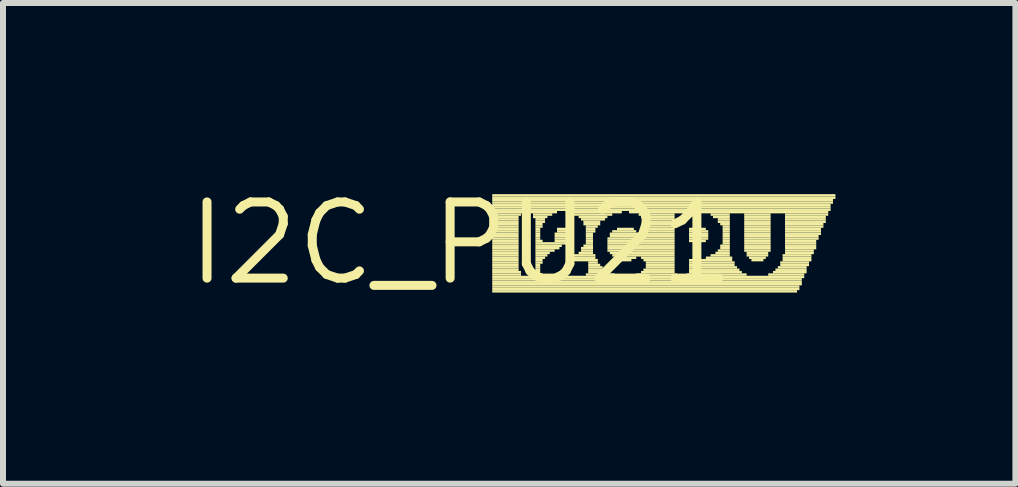
<source format=kicad_pcb>
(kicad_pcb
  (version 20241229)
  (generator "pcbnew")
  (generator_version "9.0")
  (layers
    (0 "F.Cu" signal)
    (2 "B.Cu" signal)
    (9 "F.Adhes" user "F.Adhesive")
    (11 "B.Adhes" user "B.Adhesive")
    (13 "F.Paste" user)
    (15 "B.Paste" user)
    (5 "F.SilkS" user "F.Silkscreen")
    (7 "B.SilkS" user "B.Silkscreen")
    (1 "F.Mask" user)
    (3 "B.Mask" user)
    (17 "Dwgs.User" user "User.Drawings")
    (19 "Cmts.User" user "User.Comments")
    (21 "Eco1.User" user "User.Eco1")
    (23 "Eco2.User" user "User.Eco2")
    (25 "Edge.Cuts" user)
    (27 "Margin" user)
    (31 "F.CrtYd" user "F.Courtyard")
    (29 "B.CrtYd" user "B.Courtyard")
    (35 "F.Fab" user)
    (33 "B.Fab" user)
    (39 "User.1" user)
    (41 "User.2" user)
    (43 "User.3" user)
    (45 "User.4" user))
  (footprint "I2C_PU21"
    (layer "F.Cu")
    (at 4.634 1.006)
    (property "Reference" "I2C_PU21" (at 0 0 0) (layer "F.SilkS") (effects (font (size 1.27 1.27) (thickness 0.15))))
    (fp_poly (pts (xy 0.52 -0.78) (xy 6.24 -0.78) (xy 6.24 -0.82) (xy 0.52 -0.82)) (stroke (width 0) (type default)) (fill yes) (layer "F.SilkS"))
    (fp_poly (pts (xy 0.52 -0.74) (xy 6.24 -0.74) (xy 6.24 -0.78) (xy 0.52 -0.78)) (stroke (width 0) (type default)) (fill yes) (layer "F.SilkS"))
    (fp_poly (pts (xy 0.52 -0.7) (xy 6.2 -0.7) (xy 6.2 -0.74) (xy 0.52 -0.74)) (stroke (width 0) (type default)) (fill yes) (layer "F.SilkS"))
    (fp_poly (pts (xy 0.52 -0.66) (xy 6.2 -0.66) (xy 6.2 -0.7) (xy 0.52 -0.7)) (stroke (width 0) (type default)) (fill yes) (layer "F.SilkS"))
    (fp_poly (pts (xy 0.52 -0.62) (xy 6.16 -0.62) (xy 6.16 -0.66) (xy 0.52 -0.66)) (stroke (width 0) (type default)) (fill yes) (layer "F.SilkS"))
    (fp_poly (pts (xy 0.52 -0.58) (xy 6.16 -0.58) (xy 6.16 -0.62) (xy 0.52 -0.62)) (stroke (width 0) (type default)) (fill yes) (layer "F.SilkS"))
    (fp_poly (pts (xy 0.52 -0.54) (xy 6.16 -0.54) (xy 6.16 -0.58) (xy 0.52 -0.58)) (stroke (width 0) (type default)) (fill yes) (layer "F.SilkS"))
    (fp_poly (pts (xy 0.52 -0.5) (xy 1.6 -0.5) (xy 1.6 -0.54) (xy 0.52 -0.54)) (stroke (width 0) (type default)) (fill yes) (layer "F.SilkS"))
    (fp_poly (pts (xy 0.52 -0.46) (xy 1 -0.46) (xy 1 -0.5) (xy 0.52 -0.5)) (stroke (width 0) (type default)) (fill yes) (layer "F.SilkS"))
    (fp_poly (pts (xy 0.52 -0.42) (xy 0.96 -0.42) (xy 0.96 -0.46) (xy 0.52 -0.46)) (stroke (width 0) (type default)) (fill yes) (layer "F.SilkS"))
    (fp_poly (pts (xy 0.52 -0.38) (xy 0.96 -0.38) (xy 0.96 -0.42) (xy 0.52 -0.42)) (stroke (width 0) (type default)) (fill yes) (layer "F.SilkS"))
    (fp_poly (pts (xy 0.52 -0.34) (xy 0.96 -0.34) (xy 0.96 -0.38) (xy 0.52 -0.38)) (stroke (width 0) (type default)) (fill yes) (layer "F.SilkS"))
    (fp_poly (pts (xy 0.52 -0.3) (xy 0.96 -0.3) (xy 0.96 -0.34) (xy 0.52 -0.34)) (stroke (width 0) (type default)) (fill yes) (layer "F.SilkS"))
    (fp_poly (pts (xy 0.52 -0.26) (xy 0.96 -0.26) (xy 0.96 -0.3) (xy 0.52 -0.3)) (stroke (width 0) (type default)) (fill yes) (layer "F.SilkS"))
    (fp_poly (pts (xy 0.52 -0.22) (xy 0.96 -0.22) (xy 0.96 -0.26) (xy 0.52 -0.26)) (stroke (width 0) (type default)) (fill yes) (layer "F.SilkS"))
    (fp_poly (pts (xy 0.52 -0.18) (xy 0.96 -0.18) (xy 0.96 -0.22) (xy 0.52 -0.22)) (stroke (width 0) (type default)) (fill yes) (layer "F.SilkS"))
    (fp_poly (pts (xy 0.52 -0.14) (xy 0.96 -0.14) (xy 0.96 -0.18) (xy 0.52 -0.18)) (stroke (width 0) (type default)) (fill yes) (layer "F.SilkS"))
    (fp_poly (pts (xy 0.52 -0.1) (xy 0.96 -0.1) (xy 0.96 -0.14) (xy 0.52 -0.14)) (stroke (width 0) (type default)) (fill yes) (layer "F.SilkS"))
    (fp_poly (pts (xy 0.52 -0.06) (xy 0.96 -0.06) (xy 0.96 -0.1) (xy 0.52 -0.1)) (stroke (width 0) (type default)) (fill yes) (layer "F.SilkS"))
    (fp_poly (pts (xy 0.52 -0.02) (xy 0.96 -0.02) (xy 0.96 -0.06) (xy 0.52 -0.06)) (stroke (width 0) (type default)) (fill yes) (layer "F.SilkS"))
    (fp_poly (pts (xy 0.52 0.02) (xy 0.96 0.02) (xy 0.96 -0.02) (xy 0.52 -0.02)) (stroke (width 0) (type default)) (fill yes) (layer "F.SilkS"))
    (fp_poly (pts (xy 0.52 0.06) (xy 0.96 0.06) (xy 0.96 0.02) (xy 0.52 0.02)) (stroke (width 0) (type default)) (fill yes) (layer "F.SilkS"))
    (fp_poly (pts (xy 0.52 0.1) (xy 0.96 0.1) (xy 0.96 0.06) (xy 0.52 0.06)) (stroke (width 0) (type default)) (fill yes) (layer "F.SilkS"))
    (fp_poly (pts (xy 0.52 0.14) (xy 0.96 0.14) (xy 0.96 0.1) (xy 0.52 0.1)) (stroke (width 0) (type default)) (fill yes) (layer "F.SilkS"))
    (fp_poly (pts (xy 0.52 0.18) (xy 0.96 0.18) (xy 0.96 0.14) (xy 0.52 0.14)) (stroke (width 0) (type default)) (fill yes) (layer "F.SilkS"))
    (fp_poly (pts (xy 0.52 0.22) (xy 0.96 0.22) (xy 0.96 0.18) (xy 0.52 0.18)) (stroke (width 0) (type default)) (fill yes) (layer "F.SilkS"))
    (fp_poly (pts (xy 0.52 0.26) (xy 0.96 0.26) (xy 0.96 0.22) (xy 0.52 0.22)) (stroke (width 0) (type default)) (fill yes) (layer "F.SilkS"))
    (fp_poly (pts (xy 0.52 0.3) (xy 0.96 0.3) (xy 0.96 0.26) (xy 0.52 0.26)) (stroke (width 0) (type default)) (fill yes) (layer "F.SilkS"))
    (fp_poly (pts (xy 0.52 0.34) (xy 0.96 0.34) (xy 0.96 0.3) (xy 0.52 0.3)) (stroke (width 0) (type default)) (fill yes) (layer "F.SilkS"))
    (fp_poly (pts (xy 0.52 0.38) (xy 0.96 0.38) (xy 0.96 0.34) (xy 0.52 0.34)) (stroke (width 0) (type default)) (fill yes) (layer "F.SilkS"))
    (fp_poly (pts (xy 0.52 0.42) (xy 0.96 0.42) (xy 0.96 0.38) (xy 0.52 0.38)) (stroke (width 0) (type default)) (fill yes) (layer "F.SilkS"))
    (fp_poly (pts (xy 0.52 0.46) (xy 0.96 0.46) (xy 0.96 0.42) (xy 0.52 0.42)) (stroke (width 0) (type default)) (fill yes) (layer "F.SilkS"))
    (fp_poly (pts (xy 0.52 0.5) (xy 1 0.5) (xy 1 0.46) (xy 0.52 0.46)) (stroke (width 0) (type default)) (fill yes) (layer "F.SilkS"))
    (fp_poly (pts (xy 0.52 0.54) (xy 1 0.54) (xy 1 0.5) (xy 0.52 0.5)) (stroke (width 0) (type default)) (fill yes) (layer "F.SilkS"))
    (fp_poly (pts (xy 0.52 0.58) (xy 5.72 0.58) (xy 5.72 0.54) (xy 0.52 0.54)) (stroke (width 0) (type default)) (fill yes) (layer "F.SilkS"))
    (fp_poly (pts (xy 0.52 0.62) (xy 5.68 0.62) (xy 5.68 0.58) (xy 0.52 0.58)) (stroke (width 0) (type default)) (fill yes) (layer "F.SilkS"))
    (fp_poly (pts (xy 0.52 0.66) (xy 5.68 0.66) (xy 5.68 0.62) (xy 0.52 0.62)) (stroke (width 0) (type default)) (fill yes) (layer "F.SilkS"))
    (fp_poly (pts (xy 0.52 0.7) (xy 5.68 0.7) (xy 5.68 0.66) (xy 0.52 0.66)) (stroke (width 0) (type default)) (fill yes) (layer "F.SilkS"))
    (fp_poly (pts (xy 0.52 0.74) (xy 5.64 0.74) (xy 5.64 0.7) (xy 0.52 0.7)) (stroke (width 0) (type default)) (fill yes) (layer "F.SilkS"))
    (fp_poly (pts (xy 0.52 0.78) (xy 5.64 0.78) (xy 5.64 0.74) (xy 0.52 0.74)) (stroke (width 0) (type default)) (fill yes) (layer "F.SilkS"))
    (fp_poly (pts (xy 0.52 0.82) (xy 5.6 0.82) (xy 5.6 0.78) (xy 0.52 0.78)) (stroke (width 0) (type default)) (fill yes) (layer "F.SilkS"))
    (fp_poly (pts (xy 1.2 -0.46) (xy 1.52 -0.46) (xy 1.52 -0.5) (xy 1.2 -0.5)) (stroke (width 0) (type default)) (fill yes) (layer "F.SilkS"))
    (fp_poly (pts (xy 1.2 -0.42) (xy 1.44 -0.42) (xy 1.44 -0.46) (xy 1.2 -0.46)) (stroke (width 0) (type default)) (fill yes) (layer "F.SilkS"))
    (fp_poly (pts (xy 1.2 0.5) (xy 1.32 0.5) (xy 1.32 0.46) (xy 1.2 0.46)) (stroke (width 0) (type default)) (fill yes) (layer "F.SilkS"))
    (fp_poly (pts (xy 1.2 0.54) (xy 1.36 0.54) (xy 1.36 0.5) (xy 1.2 0.5)) (stroke (width 0) (type default)) (fill yes) (layer "F.SilkS"))
    (fp_poly (pts (xy 1.24 -0.38) (xy 1.4 -0.38) (xy 1.4 -0.42) (xy 1.24 -0.42)) (stroke (width 0) (type default)) (fill yes) (layer "F.SilkS"))
    (fp_poly (pts (xy 1.24 -0.34) (xy 1.4 -0.34) (xy 1.4 -0.38) (xy 1.24 -0.38)) (stroke (width 0) (type default)) (fill yes) (layer "F.SilkS"))
    (fp_poly (pts (xy 1.24 -0.3) (xy 1.36 -0.3) (xy 1.36 -0.34) (xy 1.24 -0.34)) (stroke (width 0) (type default)) (fill yes) (layer "F.SilkS"))
    (fp_poly (pts (xy 1.24 -0.26) (xy 1.36 -0.26) (xy 1.36 -0.3) (xy 1.24 -0.3)) (stroke (width 0) (type default)) (fill yes) (layer "F.SilkS"))
    (fp_poly (pts (xy 1.24 -0.22) (xy 1.32 -0.22) (xy 1.32 -0.26) (xy 1.24 -0.26)) (stroke (width 0) (type default)) (fill yes) (layer "F.SilkS"))
    (fp_poly (pts (xy 1.24 -0.18) (xy 1.32 -0.18) (xy 1.32 -0.22) (xy 1.24 -0.22)) (stroke (width 0) (type default)) (fill yes) (layer "F.SilkS"))
    (fp_poly (pts (xy 1.24 -0.14) (xy 1.32 -0.14) (xy 1.32 -0.18) (xy 1.24 -0.18)) (stroke (width 0) (type default)) (fill yes) (layer "F.SilkS"))
    (fp_poly (pts (xy 1.24 -0.1) (xy 1.32 -0.1) (xy 1.32 -0.14) (xy 1.24 -0.14)) (stroke (width 0) (type default)) (fill yes) (layer "F.SilkS"))
    (fp_poly (pts (xy 1.24 -0.06) (xy 1.32 -0.06) (xy 1.32 -0.1) (xy 1.24 -0.1)) (stroke (width 0) (type default)) (fill yes) (layer "F.SilkS"))
    (fp_poly (pts (xy 1.24 -0.02) (xy 1.36 -0.02) (xy 1.36 -0.06) (xy 1.24 -0.06)) (stroke (width 0) (type default)) (fill yes) (layer "F.SilkS"))
    (fp_poly (pts (xy 1.24 0.02) (xy 1.76 0.02) (xy 1.76 -0.02) (xy 1.24 -0.02)) (stroke (width 0) (type default)) (fill yes) (layer "F.SilkS"))
    (fp_poly (pts (xy 1.24 0.06) (xy 1.68 0.06) (xy 1.68 0.02) (xy 1.24 0.02)) (stroke (width 0) (type default)) (fill yes) (layer "F.SilkS"))
    (fp_poly (pts (xy 1.24 0.1) (xy 1.64 0.1) (xy 1.64 0.06) (xy 1.24 0.06)) (stroke (width 0) (type default)) (fill yes) (layer "F.SilkS"))
    (fp_poly (pts (xy 1.24 0.14) (xy 1.56 0.14) (xy 1.56 0.1) (xy 1.24 0.1)) (stroke (width 0) (type default)) (fill yes) (layer "F.SilkS"))
    (fp_poly (pts (xy 1.24 0.18) (xy 1.48 0.18) (xy 1.48 0.14) (xy 1.24 0.14)) (stroke (width 0) (type default)) (fill yes) (layer "F.SilkS"))
    (fp_poly (pts (xy 1.24 0.22) (xy 1.44 0.22) (xy 1.44 0.18) (xy 1.24 0.18)) (stroke (width 0) (type default)) (fill yes) (layer "F.SilkS"))
    (fp_poly (pts (xy 1.24 0.26) (xy 1.4 0.26) (xy 1.4 0.22) (xy 1.24 0.22)) (stroke (width 0) (type default)) (fill yes) (layer "F.SilkS"))
    (fp_poly (pts (xy 1.24 0.3) (xy 1.36 0.3) (xy 1.36 0.26) (xy 1.24 0.26)) (stroke (width 0) (type default)) (fill yes) (layer "F.SilkS"))
    (fp_poly (pts (xy 1.24 0.34) (xy 1.36 0.34) (xy 1.36 0.3) (xy 1.24 0.3)) (stroke (width 0) (type default)) (fill yes) (layer "F.SilkS"))
    (fp_poly (pts (xy 1.24 0.38) (xy 1.32 0.38) (xy 1.32 0.34) (xy 1.24 0.34)) (stroke (width 0) (type default)) (fill yes) (layer "F.SilkS"))
    (fp_poly (pts (xy 1.24 0.42) (xy 1.32 0.42) (xy 1.32 0.38) (xy 1.24 0.38)) (stroke (width 0) (type default)) (fill yes) (layer "F.SilkS"))
    (fp_poly (pts (xy 1.24 0.46) (xy 1.32 0.46) (xy 1.32 0.42) (xy 1.24 0.42)) (stroke (width 0) (type default)) (fill yes) (layer "F.SilkS"))
    (fp_poly (pts (xy 1.56 -0.14) (xy 1.84 -0.14) (xy 1.84 -0.18) (xy 1.56 -0.18)) (stroke (width 0) (type default)) (fill yes) (layer "F.SilkS"))
    (fp_poly (pts (xy 1.56 -0.1) (xy 1.84 -0.1) (xy 1.84 -0.14) (xy 1.56 -0.14)) (stroke (width 0) (type default)) (fill yes) (layer "F.SilkS"))
    (fp_poly (pts (xy 1.56 -0.06) (xy 1.8 -0.06) (xy 1.8 -0.1) (xy 1.56 -0.1)) (stroke (width 0) (type default)) (fill yes) (layer "F.SilkS"))
    (fp_poly (pts (xy 1.56 -0.02) (xy 1.8 -0.02) (xy 1.8 -0.06) (xy 1.56 -0.06)) (stroke (width 0) (type default)) (fill yes) (layer "F.SilkS"))
    (fp_poly (pts (xy 1.6 -0.22) (xy 1.8 -0.22) (xy 1.8 -0.26) (xy 1.6 -0.26)) (stroke (width 0) (type default)) (fill yes) (layer "F.SilkS"))
    (fp_poly (pts (xy 1.6 -0.18) (xy 1.84 -0.18) (xy 1.84 -0.22) (xy 1.6 -0.22)) (stroke (width 0) (type default)) (fill yes) (layer "F.SilkS"))
    (fp_poly (pts (xy 1.76 0.3) (xy 2.28 0.3) (xy 2.28 0.26) (xy 1.76 0.26)) (stroke (width 0) (type default)) (fill yes) (layer "F.SilkS"))
    (fp_poly (pts (xy 1.8 -0.5) (xy 2.68 -0.5) (xy 2.68 -0.54) (xy 1.8 -0.54)) (stroke (width 0) (type default)) (fill yes) (layer "F.SilkS"))
    (fp_poly (pts (xy 1.84 0.26) (xy 2.24 0.26) (xy 2.24 0.22) (xy 1.84 0.22)) (stroke (width 0) (type default)) (fill yes) (layer "F.SilkS"))
    (fp_poly (pts (xy 1.88 -0.46) (xy 2.52 -0.46) (xy 2.52 -0.5) (xy 1.88 -0.5)) (stroke (width 0) (type default)) (fill yes) (layer "F.SilkS"))
    (fp_poly (pts (xy 1.88 0.22) (xy 2.24 0.22) (xy 2.24 0.18) (xy 1.88 0.18)) (stroke (width 0) (type default)) (fill yes) (layer "F.SilkS"))
    (fp_poly (pts (xy 1.96 -0.42) (xy 2.44 -0.42) (xy 2.44 -0.46) (xy 1.96 -0.46)) (stroke (width 0) (type default)) (fill yes) (layer "F.SilkS"))
    (fp_poly (pts (xy 1.96 0.18) (xy 2.2 0.18) (xy 2.2 0.14) (xy 1.96 0.14)) (stroke (width 0) (type default)) (fill yes) (layer "F.SilkS"))
    (fp_poly (pts (xy 2 -0.38) (xy 2.4 -0.38) (xy 2.4 -0.42) (xy 2 -0.42)) (stroke (width 0) (type default)) (fill yes) (layer "F.SilkS"))
    (fp_poly (pts (xy 2 0.1) (xy 2.2 0.1) (xy 2.2 0.06) (xy 2 0.06)) (stroke (width 0) (type default)) (fill yes) (layer "F.SilkS"))
    (fp_poly (pts (xy 2 0.14) (xy 2.2 0.14) (xy 2.2 0.1) (xy 2 0.1)) (stroke (width 0) (type default)) (fill yes) (layer "F.SilkS"))
    (fp_poly (pts (xy 2.04 -0.34) (xy 2.32 -0.34) (xy 2.32 -0.38) (xy 2.04 -0.38)) (stroke (width 0) (type default)) (fill yes) (layer "F.SilkS"))
    (fp_poly (pts (xy 2.04 -0.3) (xy 2.32 -0.3) (xy 2.32 -0.34) (xy 2.04 -0.34)) (stroke (width 0) (type default)) (fill yes) (layer "F.SilkS"))
    (fp_poly (pts (xy 2.04 0.06) (xy 2.2 0.06) (xy 2.2 0.02) (xy 2.04 0.02)) (stroke (width 0) (type default)) (fill yes) (layer "F.SilkS"))
    (fp_poly (pts (xy 2.08 -0.26) (xy 2.28 -0.26) (xy 2.28 -0.3) (xy 2.08 -0.3)) (stroke (width 0) (type default)) (fill yes) (layer "F.SilkS"))
    (fp_poly (pts (xy 2.08 -0.22) (xy 2.24 -0.22) (xy 2.24 -0.26) (xy 2.08 -0.26)) (stroke (width 0) (type default)) (fill yes) (layer "F.SilkS"))
    (fp_poly (pts (xy 2.08 -0.18) (xy 2.24 -0.18) (xy 2.24 -0.22) (xy 2.08 -0.22)) (stroke (width 0) (type default)) (fill yes) (layer "F.SilkS"))
    (fp_poly (pts (xy 2.08 -0.14) (xy 2.2 -0.14) (xy 2.2 -0.18) (xy 2.08 -0.18)) (stroke (width 0) (type default)) (fill yes) (layer "F.SilkS"))
    (fp_poly (pts (xy 2.08 -0.1) (xy 2.2 -0.1) (xy 2.2 -0.14) (xy 2.08 -0.14)) (stroke (width 0) (type default)) (fill yes) (layer "F.SilkS"))
    (fp_poly (pts (xy 2.08 -0.06) (xy 2.2 -0.06) (xy 2.2 -0.1) (xy 2.08 -0.1)) (stroke (width 0) (type default)) (fill yes) (layer "F.SilkS"))
    (fp_poly (pts (xy 2.08 -0.02) (xy 2.2 -0.02) (xy 2.2 -0.06) (xy 2.08 -0.06)) (stroke (width 0) (type default)) (fill yes) (layer "F.SilkS"))
    (fp_poly (pts (xy 2.08 0.02) (xy 2.2 0.02) (xy 2.2 -0.02) (xy 2.08 -0.02)) (stroke (width 0) (type default)) (fill yes) (layer "F.SilkS"))
    (fp_poly (pts (xy 2.08 0.54) (xy 2.56 0.54) (xy 2.56 0.5) (xy 2.08 0.5)) (stroke (width 0) (type default)) (fill yes) (layer "F.SilkS"))
    (fp_poly (pts (xy 2.12 0.34) (xy 2.28 0.34) (xy 2.28 0.3) (xy 2.12 0.3)) (stroke (width 0) (type default)) (fill yes) (layer "F.SilkS"))
    (fp_poly (pts (xy 2.12 0.38) (xy 2.32 0.38) (xy 2.32 0.34) (xy 2.12 0.34)) (stroke (width 0) (type default)) (fill yes) (layer "F.SilkS"))
    (fp_poly (pts (xy 2.12 0.42) (xy 2.36 0.42) (xy 2.36 0.38) (xy 2.12 0.38)) (stroke (width 0) (type default)) (fill yes) (layer "F.SilkS"))
    (fp_poly (pts (xy 2.12 0.46) (xy 2.4 0.46) (xy 2.4 0.42) (xy 2.12 0.42)) (stroke (width 0) (type default)) (fill yes) (layer "F.SilkS"))
    (fp_poly (pts (xy 2.12 0.5) (xy 2.48 0.5) (xy 2.48 0.46) (xy 2.12 0.46)) (stroke (width 0) (type default)) (fill yes) (layer "F.SilkS"))
    (fp_poly (pts (xy 2.44 -0.06) (xy 3.56 -0.06) (xy 3.56 -0.1) (xy 2.44 -0.1)) (stroke (width 0) (type default)) (fill yes) (layer "F.SilkS"))
    (fp_poly (pts (xy 2.44 -0.02) (xy 3.56 -0.02) (xy 3.56 -0.06) (xy 2.44 -0.06)) (stroke (width 0) (type default)) (fill yes) (layer "F.SilkS"))
    (fp_poly (pts (xy 2.44 0.02) (xy 3.56 0.02) (xy 3.56 -0.02) (xy 2.44 -0.02)) (stroke (width 0) (type default)) (fill yes) (layer "F.SilkS"))
    (fp_poly (pts (xy 2.44 0.06) (xy 3.56 0.06) (xy 3.56 0.02) (xy 2.44 0.02)) (stroke (width 0) (type default)) (fill yes) (layer "F.SilkS"))
    (fp_poly (pts (xy 2.44 0.1) (xy 3.56 0.1) (xy 3.56 0.06) (xy 2.44 0.06)) (stroke (width 0) (type default)) (fill yes) (layer "F.SilkS"))
    (fp_poly (pts (xy 2.44 0.14) (xy 3.56 0.14) (xy 3.56 0.1) (xy 2.44 0.1)) (stroke (width 0) (type default)) (fill yes) (layer "F.SilkS"))
    (fp_poly (pts (xy 2.48 -0.14) (xy 3.56 -0.14) (xy 3.56 -0.18) (xy 2.48 -0.18)) (stroke (width 0) (type default)) (fill yes) (layer "F.SilkS"))
    (fp_poly (pts (xy 2.48 -0.1) (xy 3.56 -0.1) (xy 3.56 -0.14) (xy 2.48 -0.14)) (stroke (width 0) (type default)) (fill yes) (layer "F.SilkS"))
    (fp_poly (pts (xy 2.48 0.18) (xy 3.56 0.18) (xy 3.56 0.14) (xy 2.48 0.14)) (stroke (width 0) (type default)) (fill yes) (layer "F.SilkS"))
    (fp_poly (pts (xy 2.52 -0.18) (xy 2.92 -0.18) (xy 2.92 -0.22) (xy 2.52 -0.22)) (stroke (width 0) (type default)) (fill yes) (layer "F.SilkS"))
    (fp_poly (pts (xy 2.52 0.22) (xy 3.56 0.22) (xy 3.56 0.18) (xy 2.52 0.18)) (stroke (width 0) (type default)) (fill yes) (layer "F.SilkS"))
    (fp_poly (pts (xy 2.56 0.26) (xy 2.92 0.26) (xy 2.92 0.22) (xy 2.56 0.22)) (stroke (width 0) (type default)) (fill yes) (layer "F.SilkS"))
    (fp_poly (pts (xy 2.6 -0.22) (xy 2.88 -0.22) (xy 2.88 -0.26) (xy 2.6 -0.26)) (stroke (width 0) (type default)) (fill yes) (layer "F.SilkS"))
    (fp_poly (pts (xy 2.64 0.3) (xy 2.84 0.3) (xy 2.84 0.26) (xy 2.64 0.26)) (stroke (width 0) (type default)) (fill yes) (layer "F.SilkS"))
    (fp_poly (pts (xy 2.8 -0.5) (xy 6.12 -0.5) (xy 6.12 -0.54) (xy 2.8 -0.54)) (stroke (width 0) (type default)) (fill yes) (layer "F.SilkS"))
    (fp_poly (pts (xy 2.92 0.54) (xy 3.6 0.54) (xy 3.6 0.5) (xy 2.92 0.5)) (stroke (width 0) (type default)) (fill yes) (layer "F.SilkS"))
    (fp_poly (pts (xy 2.96 -0.46) (xy 3.56 -0.46) (xy 3.56 -0.5) (xy 2.96 -0.5)) (stroke (width 0) (type default)) (fill yes) (layer "F.SilkS"))
    (fp_poly (pts (xy 3 -0.42) (xy 3.56 -0.42) (xy 3.56 -0.46) (xy 3 -0.46)) (stroke (width 0) (type default)) (fill yes) (layer "F.SilkS"))
    (fp_poly (pts (xy 3 -0.18) (xy 3.56 -0.18) (xy 3.56 -0.22) (xy 3 -0.22)) (stroke (width 0) (type default)) (fill yes) (layer "F.SilkS"))
    (fp_poly (pts (xy 3 0.26) (xy 3.56 0.26) (xy 3.56 0.22) (xy 3 0.22)) (stroke (width 0) (type default)) (fill yes) (layer "F.SilkS"))
    (fp_poly (pts (xy 3 0.5) (xy 3.56 0.5) (xy 3.56 0.46) (xy 3 0.46)) (stroke (width 0) (type default)) (fill yes) (layer "F.SilkS"))
    (fp_poly (pts (xy 3.04 -0.22) (xy 3.56 -0.22) (xy 3.56 -0.26) (xy 3.04 -0.26)) (stroke (width 0) (type default)) (fill yes) (layer "F.SilkS"))
    (fp_poly (pts (xy 3.04 0.3) (xy 3.56 0.3) (xy 3.56 0.26) (xy 3.04 0.26)) (stroke (width 0) (type default)) (fill yes) (layer "F.SilkS"))
    (fp_poly (pts (xy 3.04 0.46) (xy 3.56 0.46) (xy 3.56 0.42) (xy 3.04 0.42)) (stroke (width 0) (type default)) (fill yes) (layer "F.SilkS"))
    (fp_poly (pts (xy 3.08 -0.38) (xy 3.56 -0.38) (xy 3.56 -0.42) (xy 3.08 -0.42)) (stroke (width 0) (type default)) (fill yes) (layer "F.SilkS"))
    (fp_poly (pts (xy 3.08 -0.34) (xy 3.56 -0.34) (xy 3.56 -0.38) (xy 3.08 -0.38)) (stroke (width 0) (type default)) (fill yes) (layer "F.SilkS"))
    (fp_poly (pts (xy 3.08 -0.3) (xy 3.56 -0.3) (xy 3.56 -0.34) (xy 3.08 -0.34)) (stroke (width 0) (type default)) (fill yes) (layer "F.SilkS"))
    (fp_poly (pts (xy 3.08 -0.26) (xy 3.56 -0.26) (xy 3.56 -0.3) (xy 3.08 -0.3)) (stroke (width 0) (type default)) (fill yes) (layer "F.SilkS"))
    (fp_poly (pts (xy 3.08 0.34) (xy 3.56 0.34) (xy 3.56 0.3) (xy 3.08 0.3)) (stroke (width 0) (type default)) (fill yes) (layer "F.SilkS"))
    (fp_poly (pts (xy 3.08 0.38) (xy 3.56 0.38) (xy 3.56 0.34) (xy 3.08 0.34)) (stroke (width 0) (type default)) (fill yes) (layer "F.SilkS"))
    (fp_poly (pts (xy 3.08 0.42) (xy 3.56 0.42) (xy 3.56 0.38) (xy 3.08 0.38)) (stroke (width 0) (type default)) (fill yes) (layer "F.SilkS"))
    (fp_poly (pts (xy 3.76 0.54) (xy 4.76 0.54) (xy 4.76 0.5) (xy 3.76 0.5)) (stroke (width 0) (type default)) (fill yes) (layer "F.SilkS"))
    (fp_poly (pts (xy 3.8 -0.22) (xy 4.08 -0.22) (xy 4.08 -0.26) (xy 3.8 -0.26)) (stroke (width 0) (type default)) (fill yes) (layer "F.SilkS"))
    (fp_poly (pts (xy 3.8 -0.18) (xy 4.12 -0.18) (xy 4.12 -0.22) (xy 3.8 -0.22)) (stroke (width 0) (type default)) (fill yes) (layer "F.SilkS"))
    (fp_poly (pts (xy 3.8 -0.14) (xy 4.12 -0.14) (xy 4.12 -0.18) (xy 3.8 -0.18)) (stroke (width 0) (type default)) (fill yes) (layer "F.SilkS"))
    (fp_poly (pts (xy 3.8 -0.1) (xy 4.12 -0.1) (xy 4.12 -0.14) (xy 3.8 -0.14)) (stroke (width 0) (type default)) (fill yes) (layer "F.SilkS"))
    (fp_poly (pts (xy 3.8 -0.06) (xy 4.12 -0.06) (xy 4.12 -0.1) (xy 3.8 -0.1)) (stroke (width 0) (type default)) (fill yes) (layer "F.SilkS"))
    (fp_poly (pts (xy 3.8 -0.02) (xy 4.08 -0.02) (xy 4.08 -0.06) (xy 3.8 -0.06)) (stroke (width 0) (type default)) (fill yes) (layer "F.SilkS"))
    (fp_poly (pts (xy 3.8 0.3) (xy 4.52 0.3) (xy 4.52 0.26) (xy 3.8 0.26)) (stroke (width 0) (type default)) (fill yes) (layer "F.SilkS"))
    (fp_poly (pts (xy 3.8 0.34) (xy 4.56 0.34) (xy 4.56 0.3) (xy 3.8 0.3)) (stroke (width 0) (type default)) (fill yes) (layer "F.SilkS"))
    (fp_poly (pts (xy 3.8 0.38) (xy 4.56 0.38) (xy 4.56 0.34) (xy 3.8 0.34)) (stroke (width 0) (type default)) (fill yes) (layer "F.SilkS"))
    (fp_poly (pts (xy 3.8 0.42) (xy 4.6 0.42) (xy 4.6 0.38) (xy 3.8 0.38)) (stroke (width 0) (type default)) (fill yes) (layer "F.SilkS"))
    (fp_poly (pts (xy 3.8 0.46) (xy 4.64 0.46) (xy 4.64 0.42) (xy 3.8 0.42)) (stroke (width 0) (type default)) (fill yes) (layer "F.SilkS"))
    (fp_poly (pts (xy 3.8 0.5) (xy 4.68 0.5) (xy 4.68 0.46) (xy 3.8 0.46)) (stroke (width 0) (type default)) (fill yes) (layer "F.SilkS"))
    (fp_poly (pts (xy 4.08 0.26) (xy 4.52 0.26) (xy 4.52 0.22) (xy 4.08 0.22)) (stroke (width 0) (type default)) (fill yes) (layer "F.SilkS"))
    (fp_poly (pts (xy 4.16 -0.46) (xy 4.48 -0.46) (xy 4.48 -0.5) (xy 4.16 -0.5)) (stroke (width 0) (type default)) (fill yes) (layer "F.SilkS"))
    (fp_poly (pts (xy 4.16 0.22) (xy 4.48 0.22) (xy 4.48 0.18) (xy 4.16 0.18)) (stroke (width 0) (type default)) (fill yes) (layer "F.SilkS"))
    (fp_poly (pts (xy 4.2 -0.42) (xy 4.48 -0.42) (xy 4.48 -0.46) (xy 4.2 -0.46)) (stroke (width 0) (type default)) (fill yes) (layer "F.SilkS"))
    (fp_poly (pts (xy 4.24 0.18) (xy 4.48 0.18) (xy 4.48 0.14) (xy 4.24 0.14)) (stroke (width 0) (type default)) (fill yes) (layer "F.SilkS"))
    (fp_poly (pts (xy 4.28 -0.38) (xy 4.48 -0.38) (xy 4.48 -0.42) (xy 4.28 -0.42)) (stroke (width 0) (type default)) (fill yes) (layer "F.SilkS"))
    (fp_poly (pts (xy 4.28 -0.34) (xy 4.48 -0.34) (xy 4.48 -0.38) (xy 4.28 -0.38)) (stroke (width 0) (type default)) (fill yes) (layer "F.SilkS"))
    (fp_poly (pts (xy 4.28 0.14) (xy 4.48 0.14) (xy 4.48 0.1) (xy 4.28 0.1)) (stroke (width 0) (type default)) (fill yes) (layer "F.SilkS"))
    (fp_poly (pts (xy 4.32 -0.3) (xy 4.48 -0.3) (xy 4.48 -0.34) (xy 4.32 -0.34)) (stroke (width 0) (type default)) (fill yes) (layer "F.SilkS"))
    (fp_poly (pts (xy 4.32 0.06) (xy 4.48 0.06) (xy 4.48 0.02) (xy 4.32 0.02)) (stroke (width 0) (type default)) (fill yes) (layer "F.SilkS"))
    (fp_poly (pts (xy 4.32 0.1) (xy 4.48 0.1) (xy 4.48 0.06) (xy 4.32 0.06)) (stroke (width 0) (type default)) (fill yes) (layer "F.SilkS"))
    (fp_poly (pts (xy 4.36 -0.26) (xy 4.48 -0.26) (xy 4.48 -0.3) (xy 4.36 -0.3)) (stroke (width 0) (type default)) (fill yes) (layer "F.SilkS"))
    (fp_poly (pts (xy 4.36 -0.22) (xy 4.48 -0.22) (xy 4.48 -0.26) (xy 4.36 -0.26)) (stroke (width 0) (type default)) (fill yes) (layer "F.SilkS"))
    (fp_poly (pts (xy 4.36 -0.18) (xy 4.48 -0.18) (xy 4.48 -0.22) (xy 4.36 -0.22)) (stroke (width 0) (type default)) (fill yes) (layer "F.SilkS"))
    (fp_poly (pts (xy 4.36 -0.14) (xy 4.48 -0.14) (xy 4.48 -0.18) (xy 4.36 -0.18)) (stroke (width 0) (type default)) (fill yes) (layer "F.SilkS"))
    (fp_poly (pts (xy 4.36 -0.1) (xy 4.48 -0.1) (xy 4.48 -0.14) (xy 4.36 -0.14)) (stroke (width 0) (type default)) (fill yes) (layer "F.SilkS"))
    (fp_poly (pts (xy 4.36 -0.06) (xy 4.48 -0.06) (xy 4.48 -0.1) (xy 4.36 -0.1)) (stroke (width 0) (type default)) (fill yes) (layer "F.SilkS"))
    (fp_poly (pts (xy 4.36 -0.02) (xy 4.48 -0.02) (xy 4.48 -0.06) (xy 4.36 -0.06)) (stroke (width 0) (type default)) (fill yes) (layer "F.SilkS"))
    (fp_poly (pts (xy 4.36 0.02) (xy 4.48 0.02) (xy 4.48 -0.02) (xy 4.36 -0.02)) (stroke (width 0) (type default)) (fill yes) (layer "F.SilkS"))
    (fp_poly (pts (xy 4.72 -0.46) (xy 5.16 -0.46) (xy 5.16 -0.5) (xy 4.72 -0.5)) (stroke (width 0) (type default)) (fill yes) (layer "F.SilkS"))
    (fp_poly (pts (xy 4.72 -0.42) (xy 5.16 -0.42) (xy 5.16 -0.46) (xy 4.72 -0.46)) (stroke (width 0) (type default)) (fill yes) (layer "F.SilkS"))
    (fp_poly (pts (xy 4.72 -0.38) (xy 5.16 -0.38) (xy 5.16 -0.42) (xy 4.72 -0.42)) (stroke (width 0) (type default)) (fill yes) (layer "F.SilkS"))
    (fp_poly (pts (xy 4.72 -0.34) (xy 5.16 -0.34) (xy 5.16 -0.38) (xy 4.72 -0.38)) (stroke (width 0) (type default)) (fill yes) (layer "F.SilkS"))
    (fp_poly (pts (xy 4.72 -0.3) (xy 5.16 -0.3) (xy 5.16 -0.34) (xy 4.72 -0.34)) (stroke (width 0) (type default)) (fill yes) (layer "F.SilkS"))
    (fp_poly (pts (xy 4.72 -0.26) (xy 5.16 -0.26) (xy 5.16 -0.3) (xy 4.72 -0.3)) (stroke (width 0) (type default)) (fill yes) (layer "F.SilkS"))
    (fp_poly (pts (xy 4.72 -0.22) (xy 5.16 -0.22) (xy 5.16 -0.26) (xy 4.72 -0.26)) (stroke (width 0) (type default)) (fill yes) (layer "F.SilkS"))
    (fp_poly (pts (xy 4.72 -0.18) (xy 5.16 -0.18) (xy 5.16 -0.22) (xy 4.72 -0.22)) (stroke (width 0) (type default)) (fill yes) (layer "F.SilkS"))
    (fp_poly (pts (xy 4.72 -0.14) (xy 5.16 -0.14) (xy 5.16 -0.18) (xy 4.72 -0.18)) (stroke (width 0) (type default)) (fill yes) (layer "F.SilkS"))
    (fp_poly (pts (xy 4.72 -0.1) (xy 5.16 -0.1) (xy 5.16 -0.14) (xy 4.72 -0.14)) (stroke (width 0) (type default)) (fill yes) (layer "F.SilkS"))
    (fp_poly (pts (xy 4.72 -0.06) (xy 5.16 -0.06) (xy 5.16 -0.1) (xy 4.72 -0.1)) (stroke (width 0) (type default)) (fill yes) (layer "F.SilkS"))
    (fp_poly (pts (xy 4.72 -0.02) (xy 5.16 -0.02) (xy 5.16 -0.06) (xy 4.72 -0.06)) (stroke (width 0) (type default)) (fill yes) (layer "F.SilkS"))
    (fp_poly (pts (xy 4.72 0.02) (xy 5.16 0.02) (xy 5.16 -0.02) (xy 4.72 -0.02)) (stroke (width 0) (type default)) (fill yes) (layer "F.SilkS"))
    (fp_poly (pts (xy 4.72 0.06) (xy 5.16 0.06) (xy 5.16 0.02) (xy 4.72 0.02)) (stroke (width 0) (type default)) (fill yes) (layer "F.SilkS"))
    (fp_poly (pts (xy 4.72 0.1) (xy 5.16 0.1) (xy 5.16 0.06) (xy 4.72 0.06)) (stroke (width 0) (type default)) (fill yes) (layer "F.SilkS"))
    (fp_poly (pts (xy 4.72 0.14) (xy 5.16 0.14) (xy 5.16 0.1) (xy 4.72 0.1)) (stroke (width 0) (type default)) (fill yes) (layer "F.SilkS"))
    (fp_poly (pts (xy 4.76 0.18) (xy 5.12 0.18) (xy 5.12 0.14) (xy 4.76 0.14)) (stroke (width 0) (type default)) (fill yes) (layer "F.SilkS"))
    (fp_poly (pts (xy 4.76 0.22) (xy 5.12 0.22) (xy 5.12 0.18) (xy 4.76 0.18)) (stroke (width 0) (type default)) (fill yes) (layer "F.SilkS"))
    (fp_poly (pts (xy 4.8 0.26) (xy 5.08 0.26) (xy 5.08 0.22) (xy 4.8 0.22)) (stroke (width 0) (type default)) (fill yes) (layer "F.SilkS"))
    (fp_poly (pts (xy 4.84 0.3) (xy 5.04 0.3) (xy 5.04 0.26) (xy 4.84 0.26)) (stroke (width 0) (type default)) (fill yes) (layer "F.SilkS"))
    (fp_poly (pts (xy 5.12 0.54) (xy 5.72 0.54) (xy 5.72 0.5) (xy 5.12 0.5)) (stroke (width 0) (type default)) (fill yes) (layer "F.SilkS"))
    (fp_poly (pts (xy 5.2 0.5) (xy 5.76 0.5) (xy 5.76 0.46) (xy 5.2 0.46)) (stroke (width 0) (type default)) (fill yes) (layer "F.SilkS"))
    (fp_poly (pts (xy 5.24 0.46) (xy 5.76 0.46) (xy 5.76 0.42) (xy 5.24 0.42)) (stroke (width 0) (type default)) (fill yes) (layer "F.SilkS"))
    (fp_poly (pts (xy 5.28 0.42) (xy 5.76 0.42) (xy 5.76 0.38) (xy 5.28 0.38)) (stroke (width 0) (type default)) (fill yes) (layer "F.SilkS"))
    (fp_poly (pts (xy 5.32 0.34) (xy 5.8 0.34) (xy 5.8 0.3) (xy 5.32 0.3)) (stroke (width 0) (type default)) (fill yes) (layer "F.SilkS"))
    (fp_poly (pts (xy 5.32 0.38) (xy 5.8 0.38) (xy 5.8 0.34) (xy 5.32 0.34)) (stroke (width 0) (type default)) (fill yes) (layer "F.SilkS"))
    (fp_poly (pts (xy 5.36 0.22) (xy 5.84 0.22) (xy 5.84 0.18) (xy 5.36 0.18)) (stroke (width 0) (type default)) (fill yes) (layer "F.SilkS"))
    (fp_poly (pts (xy 5.36 0.26) (xy 5.84 0.26) (xy 5.84 0.22) (xy 5.36 0.22)) (stroke (width 0) (type default)) (fill yes) (layer "F.SilkS"))
    (fp_poly (pts (xy 5.36 0.3) (xy 5.84 0.3) (xy 5.84 0.26) (xy 5.36 0.26)) (stroke (width 0) (type default)) (fill yes) (layer "F.SilkS"))
    (fp_poly (pts (xy 5.4 -0.46) (xy 6.12 -0.46) (xy 6.12 -0.5) (xy 5.4 -0.5)) (stroke (width 0) (type default)) (fill yes) (layer "F.SilkS"))
    (fp_poly (pts (xy 5.4 -0.42) (xy 6.08 -0.42) (xy 6.08 -0.46) (xy 5.4 -0.46)) (stroke (width 0) (type default)) (fill yes) (layer "F.SilkS"))
    (fp_poly (pts (xy 5.4 -0.38) (xy 6.08 -0.38) (xy 6.08 -0.42) (xy 5.4 -0.42)) (stroke (width 0) (type default)) (fill yes) (layer "F.SilkS"))
    (fp_poly (pts (xy 5.4 -0.34) (xy 6.08 -0.34) (xy 6.08 -0.38) (xy 5.4 -0.38)) (stroke (width 0) (type default)) (fill yes) (layer "F.SilkS"))
    (fp_poly (pts (xy 5.4 -0.3) (xy 6.04 -0.3) (xy 6.04 -0.34) (xy 5.4 -0.34)) (stroke (width 0) (type default)) (fill yes) (layer "F.SilkS"))
    (fp_poly (pts (xy 5.4 -0.26) (xy 6.04 -0.26) (xy 6.04 -0.3) (xy 5.4 -0.3)) (stroke (width 0) (type default)) (fill yes) (layer "F.SilkS"))
    (fp_poly (pts (xy 5.4 -0.22) (xy 6 -0.22) (xy 6 -0.26) (xy 5.4 -0.26)) (stroke (width 0) (type default)) (fill yes) (layer "F.SilkS"))
    (fp_poly (pts (xy 5.4 -0.18) (xy 6 -0.18) (xy 6 -0.22) (xy 5.4 -0.22)) (stroke (width 0) (type default)) (fill yes) (layer "F.SilkS"))
    (fp_poly (pts (xy 5.4 -0.14) (xy 6 -0.14) (xy 6 -0.18) (xy 5.4 -0.18)) (stroke (width 0) (type default)) (fill yes) (layer "F.SilkS"))
    (fp_poly (pts (xy 5.4 -0.1) (xy 5.96 -0.1) (xy 5.96 -0.14) (xy 5.4 -0.14)) (stroke (width 0) (type default)) (fill yes) (layer "F.SilkS"))
    (fp_poly (pts (xy 5.4 -0.06) (xy 5.96 -0.06) (xy 5.96 -0.1) (xy 5.4 -0.1)) (stroke (width 0) (type default)) (fill yes) (layer "F.SilkS"))
    (fp_poly (pts (xy 5.4 -0.02) (xy 5.92 -0.02) (xy 5.92 -0.06) (xy 5.4 -0.06)) (stroke (width 0) (type default)) (fill yes) (layer "F.SilkS"))
    (fp_poly (pts (xy 5.4 0.02) (xy 5.92 0.02) (xy 5.92 -0.02) (xy 5.4 -0.02)) (stroke (width 0) (type default)) (fill yes) (layer "F.SilkS"))
    (fp_poly (pts (xy 5.4 0.06) (xy 5.92 0.06) (xy 5.92 0.02) (xy 5.4 0.02)) (stroke (width 0) (type default)) (fill yes) (layer "F.SilkS"))
    (fp_poly (pts (xy 5.4 0.1) (xy 5.92 0.1) (xy 5.92 0.06) (xy 5.4 0.06)) (stroke (width 0) (type default)) (fill yes) (layer "F.SilkS"))
    (fp_poly (pts (xy 5.4 0.14) (xy 5.88 0.14) (xy 5.88 0.1) (xy 5.4 0.1)) (stroke (width 0) (type default)) (fill yes) (layer "F.SilkS"))
    (fp_poly (pts (xy 5.4 0.18) (xy 5.88 0.18) (xy 5.88 0.14) (xy 5.4 0.14)) (stroke (width 0) (type default)) (fill yes) (layer "F.SilkS")))
  (gr_rect
    (start -3 -3)
    (end 13.874 5.012)
    (stroke (width 0.1) (type default))
    (fill no)
    (layer "Edge.Cuts")))
</source>
